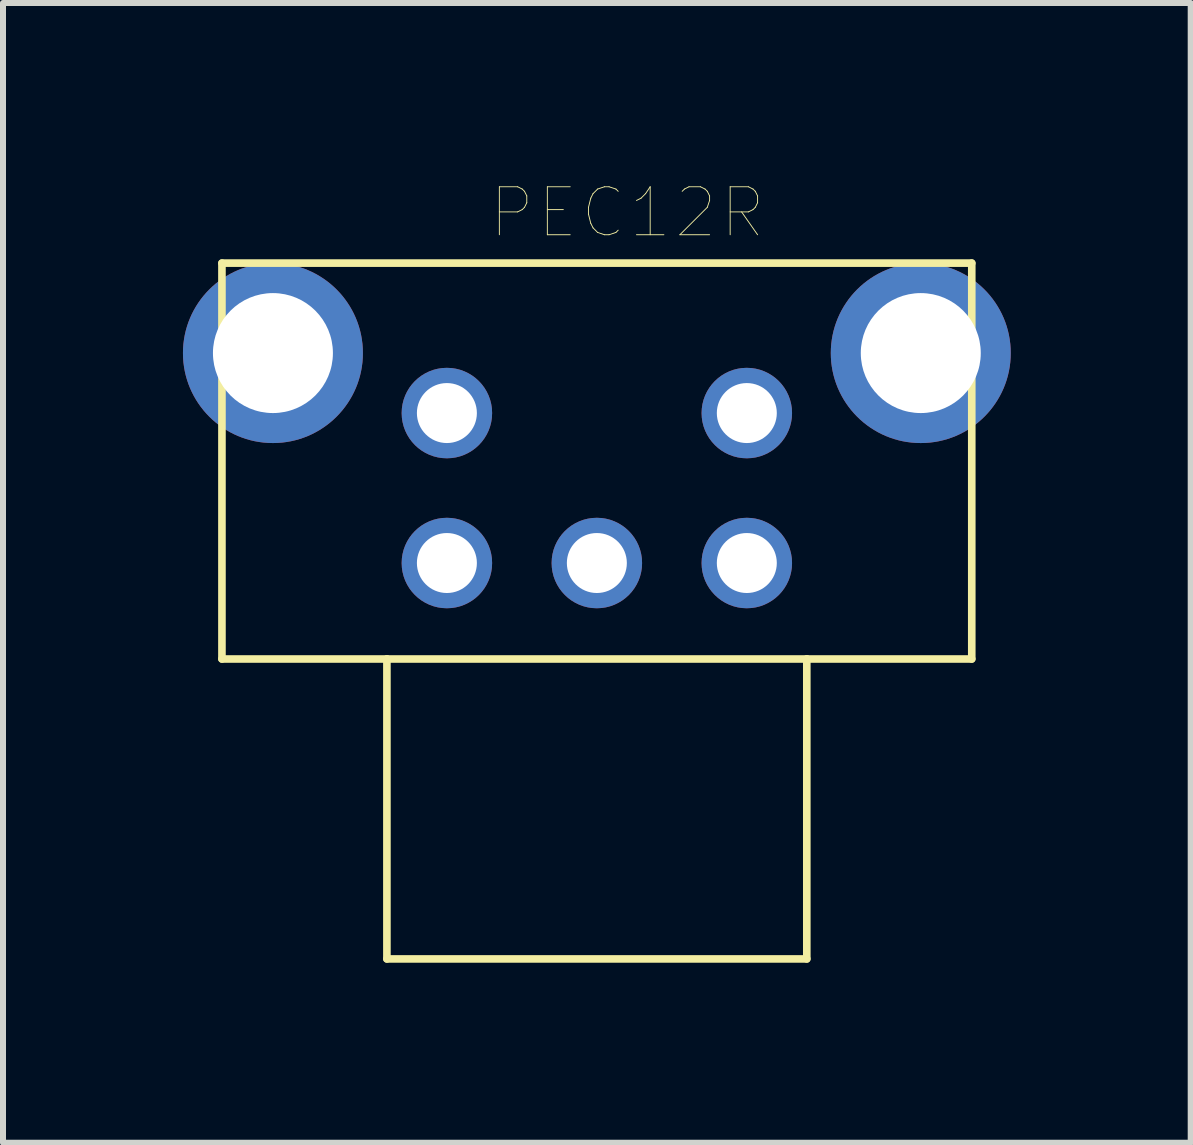
<source format=kicad_pcb>
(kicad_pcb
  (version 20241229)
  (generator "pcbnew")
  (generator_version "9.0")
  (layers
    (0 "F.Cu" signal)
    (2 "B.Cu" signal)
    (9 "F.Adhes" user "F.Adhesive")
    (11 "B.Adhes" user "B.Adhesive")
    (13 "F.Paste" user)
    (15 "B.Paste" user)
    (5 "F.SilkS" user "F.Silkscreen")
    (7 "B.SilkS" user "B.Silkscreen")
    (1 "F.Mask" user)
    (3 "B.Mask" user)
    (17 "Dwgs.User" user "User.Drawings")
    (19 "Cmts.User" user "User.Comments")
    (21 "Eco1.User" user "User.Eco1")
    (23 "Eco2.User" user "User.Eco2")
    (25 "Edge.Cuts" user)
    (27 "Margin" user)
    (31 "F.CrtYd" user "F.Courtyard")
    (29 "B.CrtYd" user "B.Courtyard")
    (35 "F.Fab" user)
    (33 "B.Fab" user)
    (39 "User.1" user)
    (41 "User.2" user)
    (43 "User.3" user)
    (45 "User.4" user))
  (footprint "PEC12R"
    (layer "F.Cu")
    (at 6.9 6.336)
    (property "Reference" "PEC12R" (at 0.508 -5.842 0) (layer "F.SilkS") (effects (font (size 0.8 0.8) (thickness 0.015))))
    (attr through_hole)
    (fp_line (start -6.25 -5) (end 6.25 -5) (stroke (width 0.127) (type solid)) (layer "F.SilkS"))
    (fp_line (start -6.25 1.6) (end -6.25 -5) (stroke (width 0.127) (type solid)) (layer "F.SilkS"))
    (fp_line (start -3.5 1.6) (end -6.25 1.6) (stroke (width 0.127) (type solid)) (layer "F.SilkS"))
    (fp_line (start -3.5 1.6) (end -3.5 6.6) (stroke (width 0.127) (type solid)) (layer "F.SilkS"))
    (fp_line (start -3.5 6.6) (end 3.5 6.6) (stroke (width 0.127) (type solid)) (layer "F.SilkS"))
    (fp_line (start 3.5 1.6) (end -3.5 1.6) (stroke (width 0.127) (type solid)) (layer "F.SilkS"))
    (fp_line (start 3.5 6.6) (end 3.5 1.6) (stroke (width 0.127) (type solid)) (layer "F.SilkS"))
    (fp_line (start 6.25 -5) (end 6.25 1.6) (stroke (width 0.127) (type solid)) (layer "F.SilkS"))
    (fp_line (start 6.25 1.6) (end 3.5 1.6) (stroke (width 0.127) (type solid)) (layer "F.SilkS"))
    (pad "A" thru_hole circle (at -2.5 0) (size 1.508 1.508) (drill 1) (layers "*.Cu" "*.Mask"))
    (pad "B" thru_hole circle (at 2.5 0) (size 1.508 1.508) (drill 1) (layers "*.Cu" "*.Mask"))
    (pad "C" thru_hole circle (at 0 0) (size 1.508 1.508) (drill 1) (layers "*.Cu" "*.Mask"))
    (pad "P$1" thru_hole circle (at -5.4 -3.5) (size 3 3) (drill 2) (layers "*.Cu" "*.Mask"))
    (pad "P$2" thru_hole circle (at 5.4 -3.5) (size 3 3) (drill 2) (layers "*.Cu" "*.Mask"))
    (pad "S1" thru_hole circle (at -2.5 -2.5) (size 1.508 1.508) (drill 1) (layers "*.Cu" "*.Mask"))
    (pad "S2" thru_hole circle (at 2.5 -2.5) (size 1.508 1.508) (drill 1) (layers "*.Cu" "*.Mask")))
  (gr_rect
    (start -3 -3)
    (end 16.8 16)
    (stroke (width 0.1) (type default))
    (fill no)
    (layer "Edge.Cuts")))
</source>
